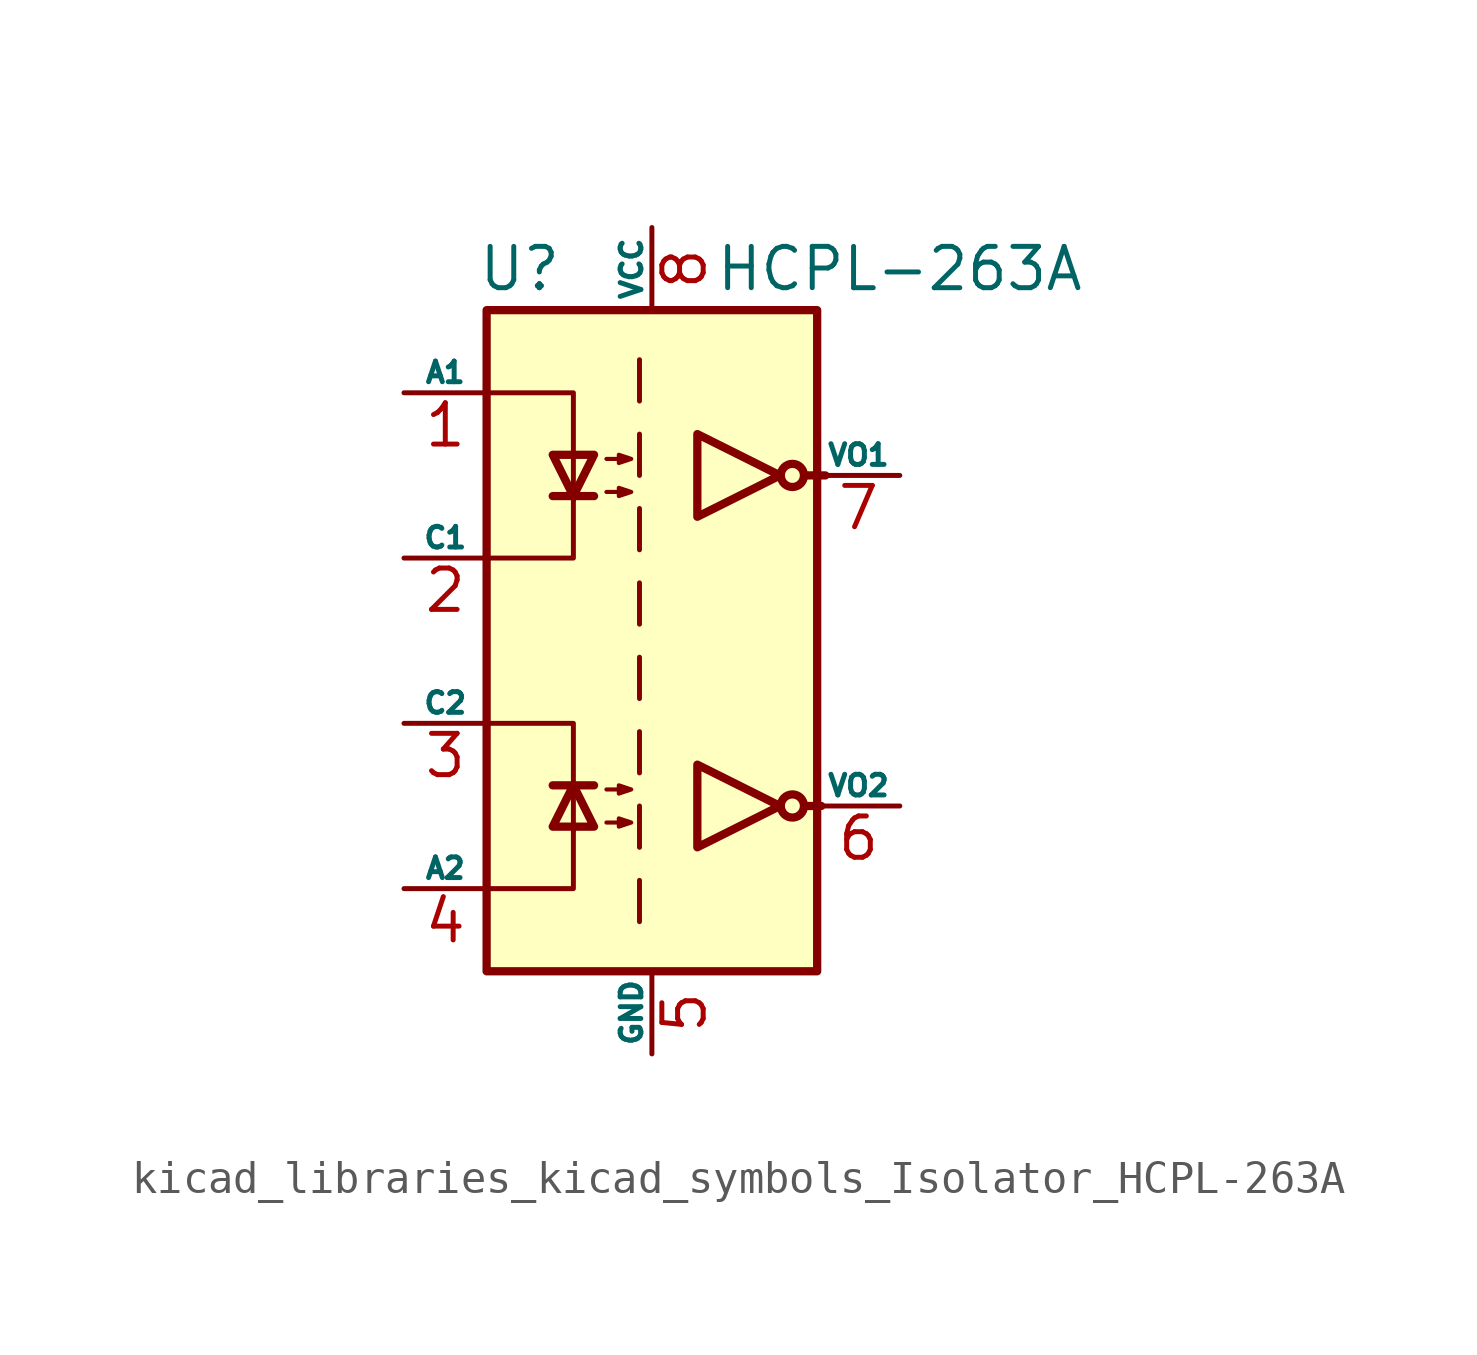
<source format=kicad_sym>
(kicad_symbol_lib
  (version 20220914)
  (generator kicad_symbol_editor)
  (symbol "kicad_libraries_kicad_symbols_Isolator_HCPL-263A"
    (pin_names
      (offset 0))
    (property "Reference" "U"
      (at -4.064 11.43 0)
      (effects (font (size 1.27 1.27))))
    (property "Value" "HCPL-263A"
      (at 7.62 11.43 0)
      (effects (font (size 1.27 1.27))))
    (symbol "kicad_libraries_kicad_symbols_Isolator_HCPL-263A_1_1"
      (rectangle (start -5.08 10.16) (end 5.08 -10.16) (stroke (width 0.254) (type default)) (fill (type background)))
      (polyline (pts (xy -3.048 -4.445) (xy -1.778 -4.445)) (stroke (width 0.254) (type default)) (fill (type none)))
      (polyline (pts (xy -3.048 4.445) (xy -1.778 4.445)) (stroke (width 0.254) (type default)) (fill (type none)))
      (polyline (pts (xy -0.381 -7.366) (xy -0.381 -8.636)) (stroke (width 0) (type default)) (fill (type none)))
      (polyline (pts (xy -0.381 -5.08) (xy -0.381 -6.35)) (stroke (width 0) (type default)) (fill (type none)))
      (polyline (pts (xy -0.381 -2.794) (xy -0.381 -4.064)) (stroke (width 0) (type default)) (fill (type none)))
      (polyline (pts (xy -0.381 -0.508) (xy -0.381 -1.778)) (stroke (width 0) (type default)) (fill (type none)))
      (polyline (pts (xy -0.381 1.778) (xy -0.381 0.508)) (stroke (width 0) (type default)) (fill (type none)))
      (polyline (pts (xy -0.381 4.064) (xy -0.381 2.794)) (stroke (width 0) (type default)) (fill (type none)))
      (polyline (pts (xy -0.381 6.35) (xy -0.381 5.08)) (stroke (width 0) (type default)) (fill (type none)))
      (polyline (pts (xy -0.381 8.636) (xy -0.381 7.366)) (stroke (width 0) (type default)) (fill (type none)))
      (polyline (pts (xy 4.699 -5.08) (xy 5.207 -5.08)) (stroke (width 0.254) (type default)) (fill (type none)))
      (polyline (pts (xy 4.699 5.08) (xy 5.334 5.08)) (stroke (width 0.254) (type default)) (fill (type none)))
      (polyline (pts (xy -4.953 -7.62) (xy -2.413 -7.62) (xy -2.413 -5.715)) (stroke (width 0) (type default)) (fill (type none)))
      (polyline (pts (xy -4.953 7.62) (xy -2.413 7.62) (xy -2.413 4.318)) (stroke (width 0) (type default)) (fill (type none)))
      (polyline (pts (xy -2.413 -5.842) (xy -2.413 -2.54) (xy -4.953 -2.54)) (stroke (width 0) (type default)) (fill (type none)))
      (polyline (pts (xy -2.413 4.445) (xy -2.413 2.54) (xy -4.953 2.54)) (stroke (width 0) (type default)) (fill (type none)))
      (polyline (pts (xy -2.413 -4.445) (xy -3.048 -5.715) (xy -1.778 -5.715) (xy -2.413 -4.445)) (stroke (width 0.254) (type default)) (fill (type none)))
      (polyline (pts (xy -2.413 4.445) (xy -3.048 5.715) (xy -1.778 5.715) (xy -2.413 4.445)) (stroke (width 0.254) (type default)) (fill (type none)))
      (polyline (pts (xy 3.937 -5.08) (xy 1.397 -3.81) (xy 1.397 -6.35) (xy 3.937 -5.08)) (stroke (width 0.254) (type default)) (fill (type none)))
      (polyline (pts (xy 3.937 5.08) (xy 1.397 6.35) (xy 1.397 3.81) (xy 3.937 5.08)) (stroke (width 0.254) (type default)) (fill (type none)))
      (polyline (pts (xy -1.397 -5.588) (xy -0.635 -5.588) (xy -1.016 -5.715) (xy -1.016 -5.461) (xy -0.635 -5.588)) (stroke (width 0.127) (type default)) (fill (type none)))
      (polyline (pts (xy -1.397 -4.572) (xy -0.635 -4.572) (xy -1.016 -4.699) (xy -1.016 -4.445) (xy -0.635 -4.572)) (stroke (width 0.127) (type default)) (fill (type none)))
      (polyline (pts (xy -1.397 4.572) (xy -0.635 4.572) (xy -1.016 4.445) (xy -1.016 4.699) (xy -0.635 4.572)) (stroke (width 0.127) (type default)) (fill (type none)))
      (polyline (pts (xy -1.397 5.588) (xy -0.635 5.588) (xy -1.016 5.461) (xy -1.016 5.715) (xy -0.635 5.588)) (stroke (width 0.127) (type default)) (fill (type none)))
      (circle (center 4.318 -5.08) (radius 0.356) (stroke (width 0.254) (type default)) (fill (type none)))
      (circle (center 4.318 5.08) (radius 0.356) (stroke (width 0.254) (type default)) (fill (type none)))
      (pin passive line (at -7.62 7.62 0) (length 2.54) (name "A1" (effects (font (size 0.635 0.635)))) (number "1" (effects (font (size 1.27 1.27)))))
      (pin passive line (at -7.62 2.54 0) (length 2.54) (name "C1" (effects (font (size 0.635 0.635)))) (number "2" (effects (font (size 1.27 1.27)))))
      (pin passive line (at -7.62 -2.54 0) (length 2.54) (name "C2" (effects (font (size 0.635 0.635)))) (number "3" (effects (font (size 1.27 1.27)))))
      (pin passive line (at -7.62 -7.62 0) (length 2.54) (name "A2" (effects (font (size 0.635 0.635)))) (number "4" (effects (font (size 1.27 1.27)))))
      (pin power_in line (at 0 -12.7 90) (length 2.54) (name "GND" (effects (font (size 0.635 0.635)))) (number "5" (effects (font (size 1.27 1.27)))))
      (pin open_collector line (at 7.62 -5.08 180) (length 2.54) (name "VO2" (effects (font (size 0.635 0.635)))) (number "6" (effects (font (size 1.27 1.27)))))
      (pin open_collector line (at 7.62 5.08 180) (length 2.54) (name "VO1" (effects (font (size 0.635 0.635)))) (number "7" (effects (font (size 1.27 1.27)))))
      (pin power_in line (at 0 12.7 270) (length 2.54) (name "VCC" (effects (font (size 0.635 0.635)))) (number "8" (effects (font (size 1.27 1.27))))))))
</source>
